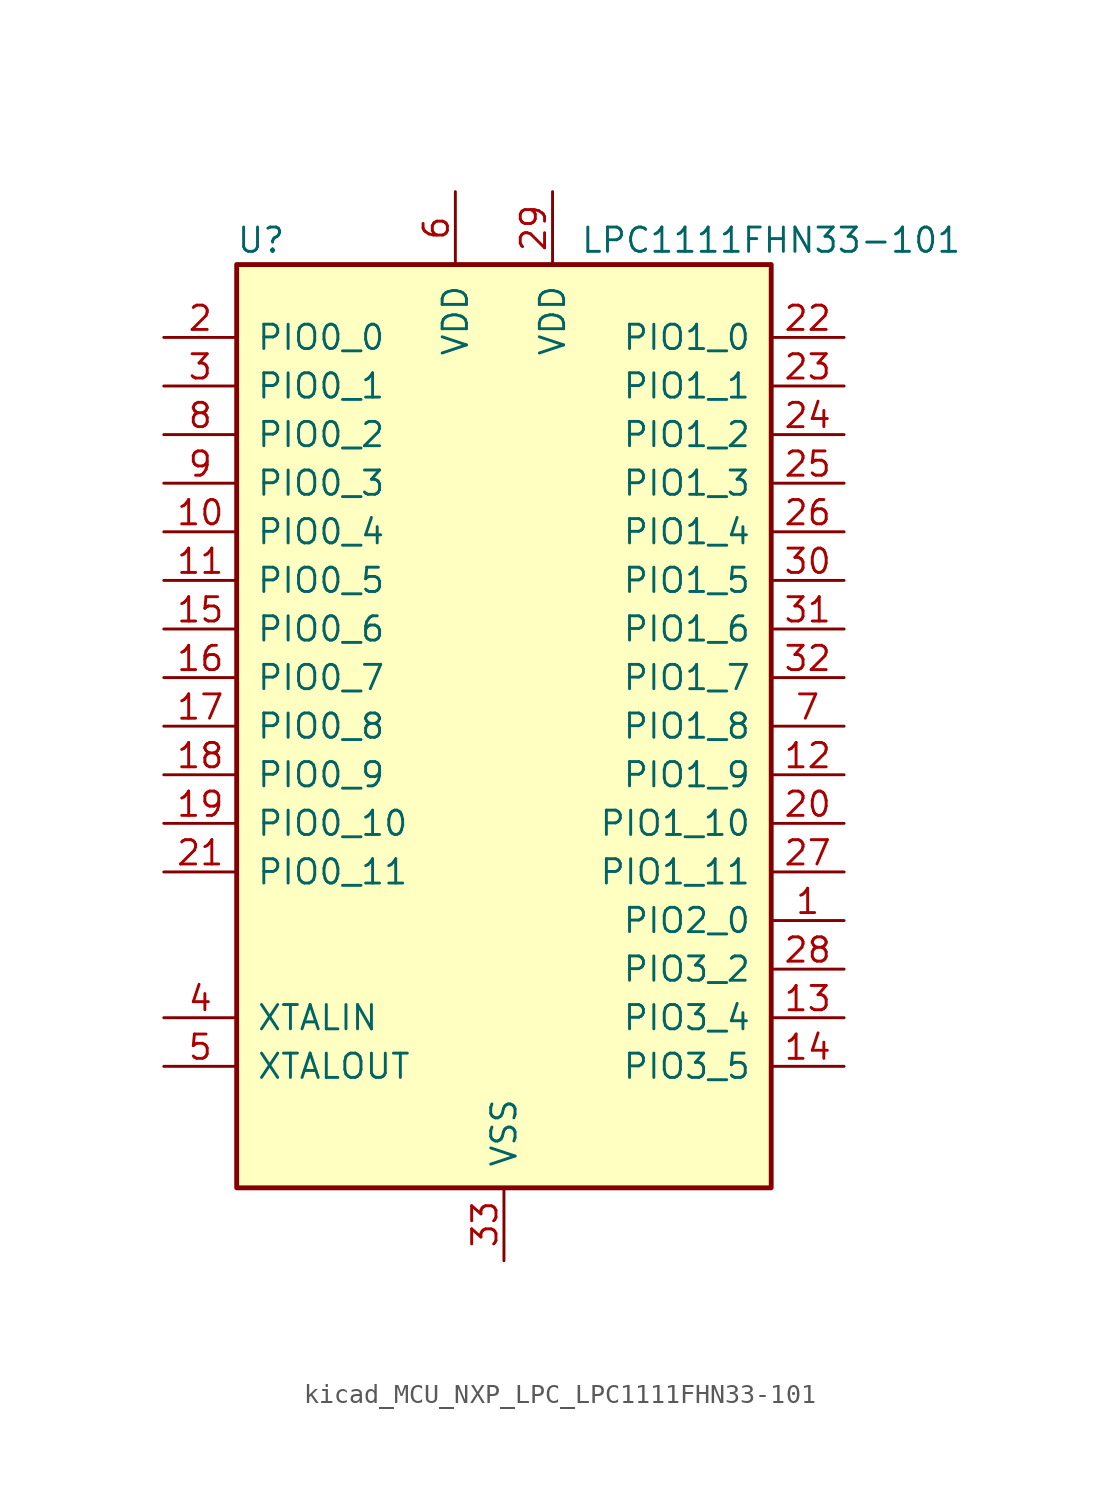
<source format=kicad_sym>
(kicad_symbol_lib
  (version 20220914)
  (generator kicad_symbol_editor)
  (symbol "kicad_MCU_NXP_LPC_LPC1111FHN33-101"
    (pin_names
      (offset 1.016))
    (property "Reference" "U"
      (at -12.7 25.4 0)
      (effects (font (size 1.27 1.27))))
    (property "Value" "LPC1111FHN33-101"
      (at 13.97 25.4 0)
      (effects (font (size 1.27 1.27))))
    (symbol "kicad_MCU_NXP_LPC_LPC1111FHN33-101_0_1"
      (rectangle (start -13.97 24.13) (end 13.97 -24.13) (stroke (width 0.254) (type default)) (fill (type background))))
    (symbol "kicad_MCU_NXP_LPC_LPC1111FHN33-101_1_1"
      (pin bidirectional line (at 17.78 -10.16 180) (length 3.81) (name "PIO2_0" (effects (font (size 1.27 1.27)))) (number "1" (effects (font (size 1.27 1.27)))))
      (pin bidirectional line (at -17.78 10.16 0) (length 3.81) (name "PIO0_4" (effects (font (size 1.27 1.27)))) (number "10" (effects (font (size 1.27 1.27)))))
      (pin bidirectional line (at -17.78 7.62 0) (length 3.81) (name "PIO0_5" (effects (font (size 1.27 1.27)))) (number "11" (effects (font (size 1.27 1.27)))))
      (pin bidirectional line (at 17.78 -2.54 180) (length 3.81) (name "PIO1_9" (effects (font (size 1.27 1.27)))) (number "12" (effects (font (size 1.27 1.27)))))
      (pin bidirectional line (at 17.78 -15.24 180) (length 3.81) (name "PIO3_4" (effects (font (size 1.27 1.27)))) (number "13" (effects (font (size 1.27 1.27)))))
      (pin bidirectional line (at 17.78 -17.78 180) (length 3.81) (name "PIO3_5" (effects (font (size 1.27 1.27)))) (number "14" (effects (font (size 1.27 1.27)))))
      (pin bidirectional line (at -17.78 5.08 0) (length 3.81) (name "PIO0_6" (effects (font (size 1.27 1.27)))) (number "15" (effects (font (size 1.27 1.27)))))
      (pin bidirectional line (at -17.78 2.54 0) (length 3.81) (name "PIO0_7" (effects (font (size 1.27 1.27)))) (number "16" (effects (font (size 1.27 1.27)))))
      (pin bidirectional line (at -17.78 0 0) (length 3.81) (name "PIO0_8" (effects (font (size 1.27 1.27)))) (number "17" (effects (font (size 1.27 1.27)))))
      (pin bidirectional line (at -17.78 -2.54 0) (length 3.81) (name "PIO0_9" (effects (font (size 1.27 1.27)))) (number "18" (effects (font (size 1.27 1.27)))))
      (pin bidirectional line (at -17.78 -5.08 0) (length 3.81) (name "PIO0_10" (effects (font (size 1.27 1.27)))) (number "19" (effects (font (size 1.27 1.27)))))
      (pin bidirectional line (at -17.78 20.32 0) (length 3.81) (name "PIO0_0" (effects (font (size 1.27 1.27)))) (number "2" (effects (font (size 1.27 1.27)))))
      (pin bidirectional line (at 17.78 -5.08 180) (length 3.81) (name "PIO1_10" (effects (font (size 1.27 1.27)))) (number "20" (effects (font (size 1.27 1.27)))))
      (pin bidirectional line (at -17.78 -7.62 0) (length 3.81) (name "PIO0_11" (effects (font (size 1.27 1.27)))) (number "21" (effects (font (size 1.27 1.27)))))
      (pin bidirectional line (at 17.78 20.32 180) (length 3.81) (name "PIO1_0" (effects (font (size 1.27 1.27)))) (number "22" (effects (font (size 1.27 1.27)))))
      (pin bidirectional line (at 17.78 17.78 180) (length 3.81) (name "PIO1_1" (effects (font (size 1.27 1.27)))) (number "23" (effects (font (size 1.27 1.27)))))
      (pin bidirectional line (at 17.78 15.24 180) (length 3.81) (name "PIO1_2" (effects (font (size 1.27 1.27)))) (number "24" (effects (font (size 1.27 1.27)))))
      (pin bidirectional line (at 17.78 12.7 180) (length 3.81) (name "PIO1_3" (effects (font (size 1.27 1.27)))) (number "25" (effects (font (size 1.27 1.27)))))
      (pin bidirectional line (at 17.78 10.16 180) (length 3.81) (name "PIO1_4" (effects (font (size 1.27 1.27)))) (number "26" (effects (font (size 1.27 1.27)))))
      (pin bidirectional line (at 17.78 -7.62 180) (length 3.81) (name "PIO1_11" (effects (font (size 1.27 1.27)))) (number "27" (effects (font (size 1.27 1.27)))))
      (pin bidirectional line (at 17.78 -12.7 180) (length 3.81) (name "PIO3_2" (effects (font (size 1.27 1.27)))) (number "28" (effects (font (size 1.27 1.27)))))
      (pin power_in line (at 2.54 27.94 270) (length 3.81) (name "VDD" (effects (font (size 1.27 1.27)))) (number "29" (effects (font (size 1.27 1.27)))))
      (pin bidirectional line (at -17.78 17.78 0) (length 3.81) (name "PIO0_1" (effects (font (size 1.27 1.27)))) (number "3" (effects (font (size 1.27 1.27)))))
      (pin bidirectional line (at 17.78 7.62 180) (length 3.81) (name "PIO1_5" (effects (font (size 1.27 1.27)))) (number "30" (effects (font (size 1.27 1.27)))))
      (pin bidirectional line (at 17.78 5.08 180) (length 3.81) (name "PIO1_6" (effects (font (size 1.27 1.27)))) (number "31" (effects (font (size 1.27 1.27)))))
      (pin bidirectional line (at 17.78 2.54 180) (length 3.81) (name "PIO1_7" (effects (font (size 1.27 1.27)))) (number "32" (effects (font (size 1.27 1.27)))))
      (pin power_in line (at 0 -27.94 90) (length 3.81) (name "VSS" (effects (font (size 1.27 1.27)))) (number "33" (effects (font (size 1.27 1.27)))))
      (pin input line (at -17.78 -15.24 0) (length 3.81) (name "XTALIN" (effects (font (size 1.27 1.27)))) (number "4" (effects (font (size 1.27 1.27)))))
      (pin output line (at -17.78 -17.78 0) (length 3.81) (name "XTALOUT" (effects (font (size 1.27 1.27)))) (number "5" (effects (font (size 1.27 1.27)))))
      (pin power_in line (at -2.54 27.94 270) (length 3.81) (name "VDD" (effects (font (size 1.27 1.27)))) (number "6" (effects (font (size 1.27 1.27)))))
      (pin bidirectional line (at 17.78 0 180) (length 3.81) (name "PIO1_8" (effects (font (size 1.27 1.27)))) (number "7" (effects (font (size 1.27 1.27)))))
      (pin bidirectional line (at -17.78 15.24 0) (length 3.81) (name "PIO0_2" (effects (font (size 1.27 1.27)))) (number "8" (effects (font (size 1.27 1.27)))))
      (pin bidirectional line (at -17.78 12.7 0) (length 3.81) (name "PIO0_3" (effects (font (size 1.27 1.27)))) (number "9" (effects (font (size 1.27 1.27))))))))
</source>
